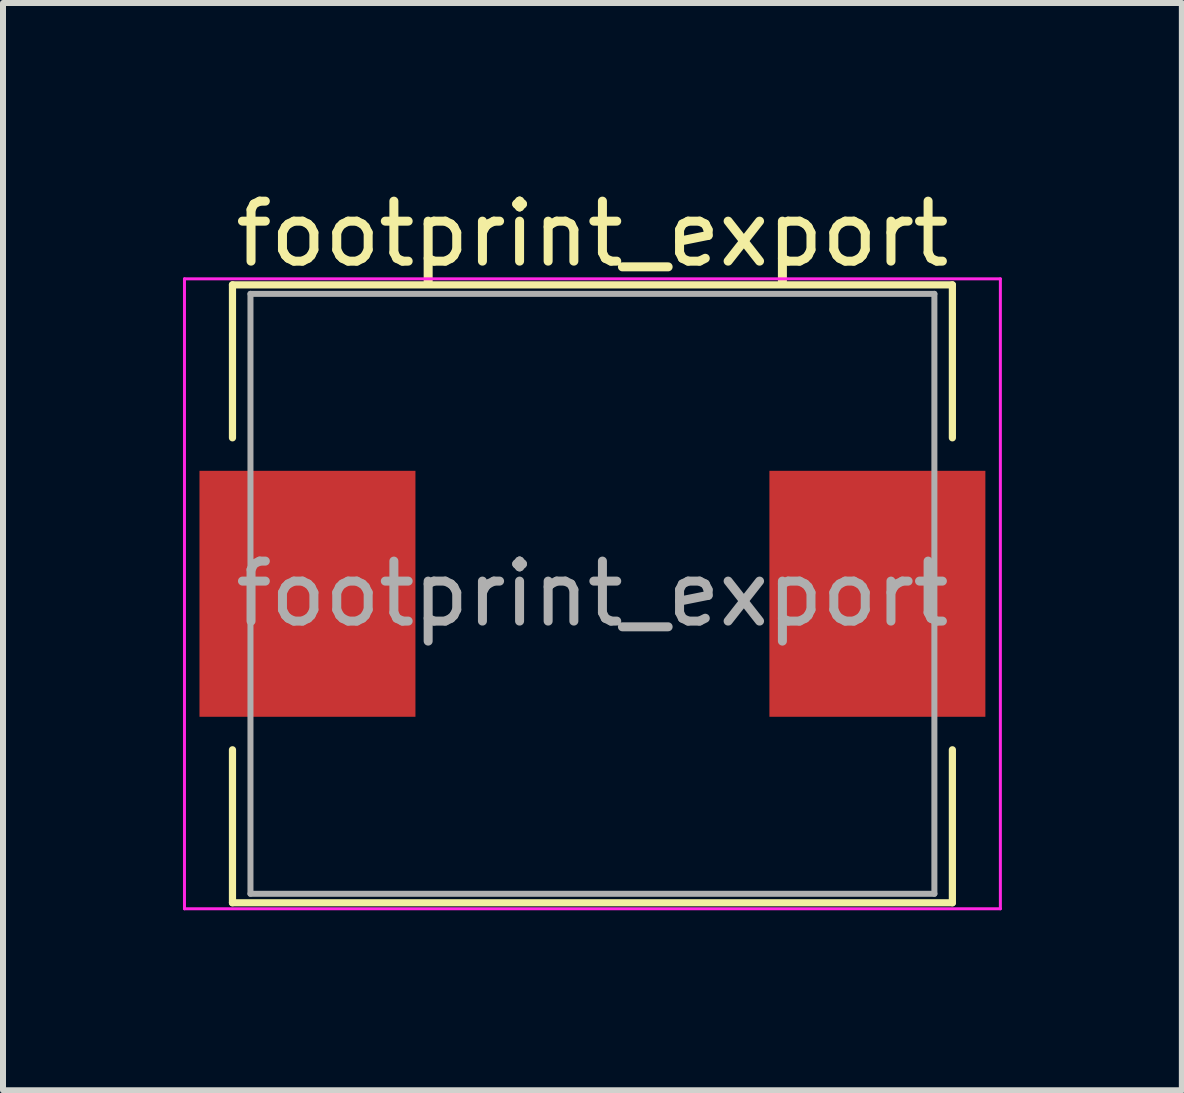
<source format=kicad_pcb>
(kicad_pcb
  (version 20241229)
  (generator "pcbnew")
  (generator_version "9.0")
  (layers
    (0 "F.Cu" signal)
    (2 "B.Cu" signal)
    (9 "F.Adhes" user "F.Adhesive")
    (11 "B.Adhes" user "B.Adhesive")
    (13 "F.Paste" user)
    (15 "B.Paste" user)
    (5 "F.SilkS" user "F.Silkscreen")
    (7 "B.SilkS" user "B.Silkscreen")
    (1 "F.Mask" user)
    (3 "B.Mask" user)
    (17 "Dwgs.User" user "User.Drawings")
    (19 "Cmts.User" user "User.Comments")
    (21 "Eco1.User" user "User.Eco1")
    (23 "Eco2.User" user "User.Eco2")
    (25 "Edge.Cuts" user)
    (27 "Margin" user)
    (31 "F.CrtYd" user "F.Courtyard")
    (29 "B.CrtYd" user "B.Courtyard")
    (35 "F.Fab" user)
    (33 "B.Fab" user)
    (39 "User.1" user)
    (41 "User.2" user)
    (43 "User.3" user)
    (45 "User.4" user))
  (footprint "footprint_export"
    (layer "F.Cu")
    (at 6.825 6.848)
    (property "Reference" "footprint_export" (at 0 -6 0) (layer "F.SilkS") (effects (font (size 1 1) (thickness 0.15))))
    (attr smd)
    (fp_line (start -6 -5.15) (end -6 -2.6) (stroke (width 0.12) (type solid)) (layer "F.SilkS"))
    (fp_line (start -6 2.6) (end -6 5.15) (stroke (width 0.12) (type solid)) (layer "F.SilkS"))
    (fp_line (start -6 5.15) (end 6 5.15) (stroke (width 0.12) (type solid)) (layer "F.SilkS"))
    (fp_line (start 6 -5.15) (end -6 -5.15) (stroke (width 0.12) (type solid)) (layer "F.SilkS"))
    (fp_line (start 6 -2.6) (end 6 -5.15) (stroke (width 0.12) (type solid)) (layer "F.SilkS"))
    (fp_line (start 6 5.15) (end 6 2.6) (stroke (width 0.12) (type solid)) (layer "F.SilkS"))
    (fp_line (start -6.8 -5.25) (end -6.8 5.25) (stroke (width 0.05) (type solid)) (layer "F.CrtYd"))
    (fp_line (start -6.8 -5.25) (end 6.8 -5.25) (stroke (width 0.05) (type solid)) (layer "F.CrtYd"))
    (fp_line (start 6.8 5.25) (end -6.8 5.25) (stroke (width 0.05) (type solid)) (layer "F.CrtYd"))
    (fp_line (start 6.8 5.25) (end 6.8 -5.25) (stroke (width 0.05) (type solid)) (layer "F.CrtYd"))
    (fp_line (start -5.7 -5) (end 5.7 -5) (stroke (width 0.1) (type solid)) (layer "F.Fab"))
    (fp_line (start -5.7 5) (end -5.7 -5) (stroke (width 0.1) (type solid)) (layer "F.Fab"))
    (fp_line (start 5.7 -5) (end 5.7 5) (stroke (width 0.1) (type solid)) (layer "F.Fab"))
    (fp_line (start 5.7 5) (end -5.7 5) (stroke (width 0.1) (type solid)) (layer "F.Fab"))
    (fp_text user "${REFERENCE}" (at 0 0 0) (layer "F.Fab") (effects (font (size 1 1) (thickness 0.15))))
    (pad "1" smd rect (at -4.75 0) (size 3.6 4.1) (layers "F.Cu" "F.Mask" "F.Paste"))
    (pad "2" smd rect (at 4.75 0) (size 3.6 4.1) (layers "F.Cu" "F.Mask" "F.Paste")))
  (gr_rect
    (start -3 -3)
    (end 16.65 15.123)
    (stroke (width 0.1) (type default))
    (fill no)
    (layer "Edge.Cuts")))
</source>
